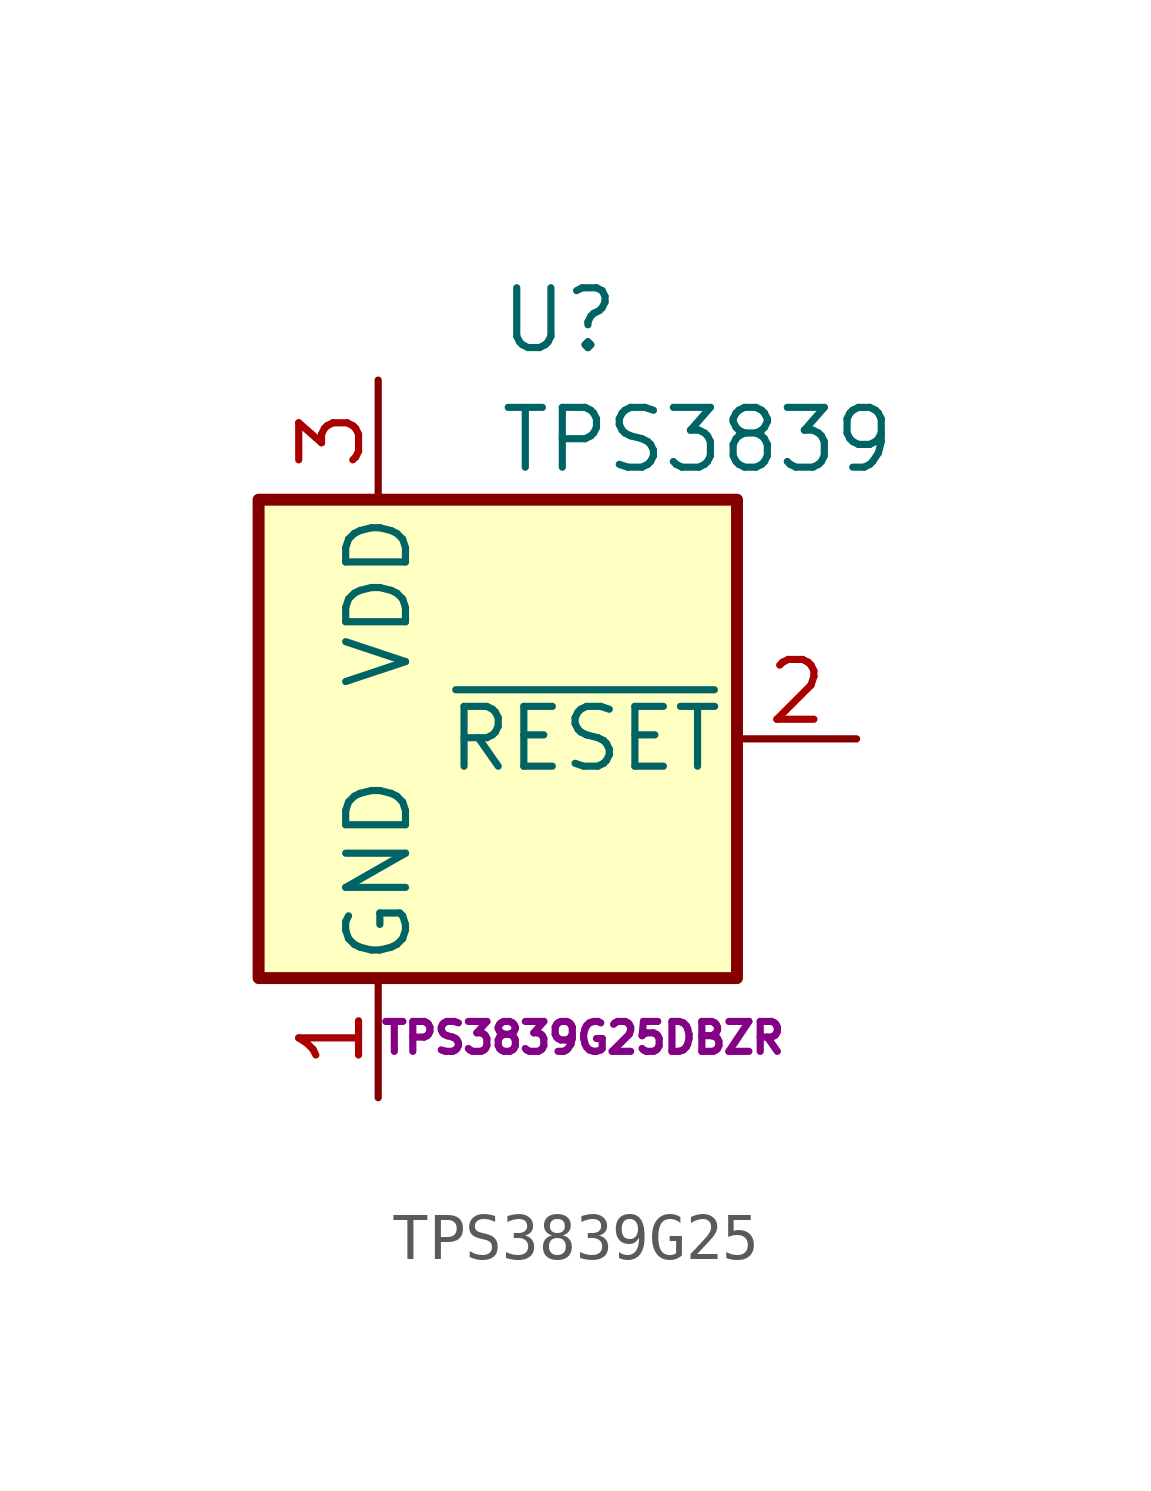
<source format=kicad_sym>
(kicad_symbol_lib
  (version 20220914)
  (generator kicad_symbol_editor)
  (symbol "TPS3839G25"
    (pin_names
      (offset 0.254))
    (property "Reference" "U"
      (at 2.54 8.89 0)
      (effects (font (size 1.27 1.27)) (justify left)))
    (property "Value" "TPS3839"
      (at 2.54 6.35 0)
      (effects (font (size 1.27 1.27)) (justify left)))
    (property "Mfr PN" "TPS3839G25DBZR"
      (at 0 -6.35 0)
      (effects (font (size 0.635 0.635)) (justify left)))
    (symbol "TPS3839G25_0_1"
      (rectangle (start -2.54 5.08) (end 7.62 -5.08) (stroke (width 0.254) (type default)) (fill (type background))))
    (symbol "TPS3839G25_1_1"
      (pin power_in line (at 0 -7.62 90) (length 2.54) (name "GND" (effects (font (size 1.27 1.27)))) (number "1" (effects (font (size 1.27 1.27)))))
      (pin output line (at 10.16 0 180) (length 2.54) (name "~{RESET}" (effects (font (size 1.27 1.27)))) (number "2" (effects (font (size 1.27 1.27)))))
      (pin power_in line (at 0 7.62 270) (length 2.54) (name "VDD" (effects (font (size 1.27 1.27)))) (number "3" (effects (font (size 1.27 1.27))))))))
</source>
